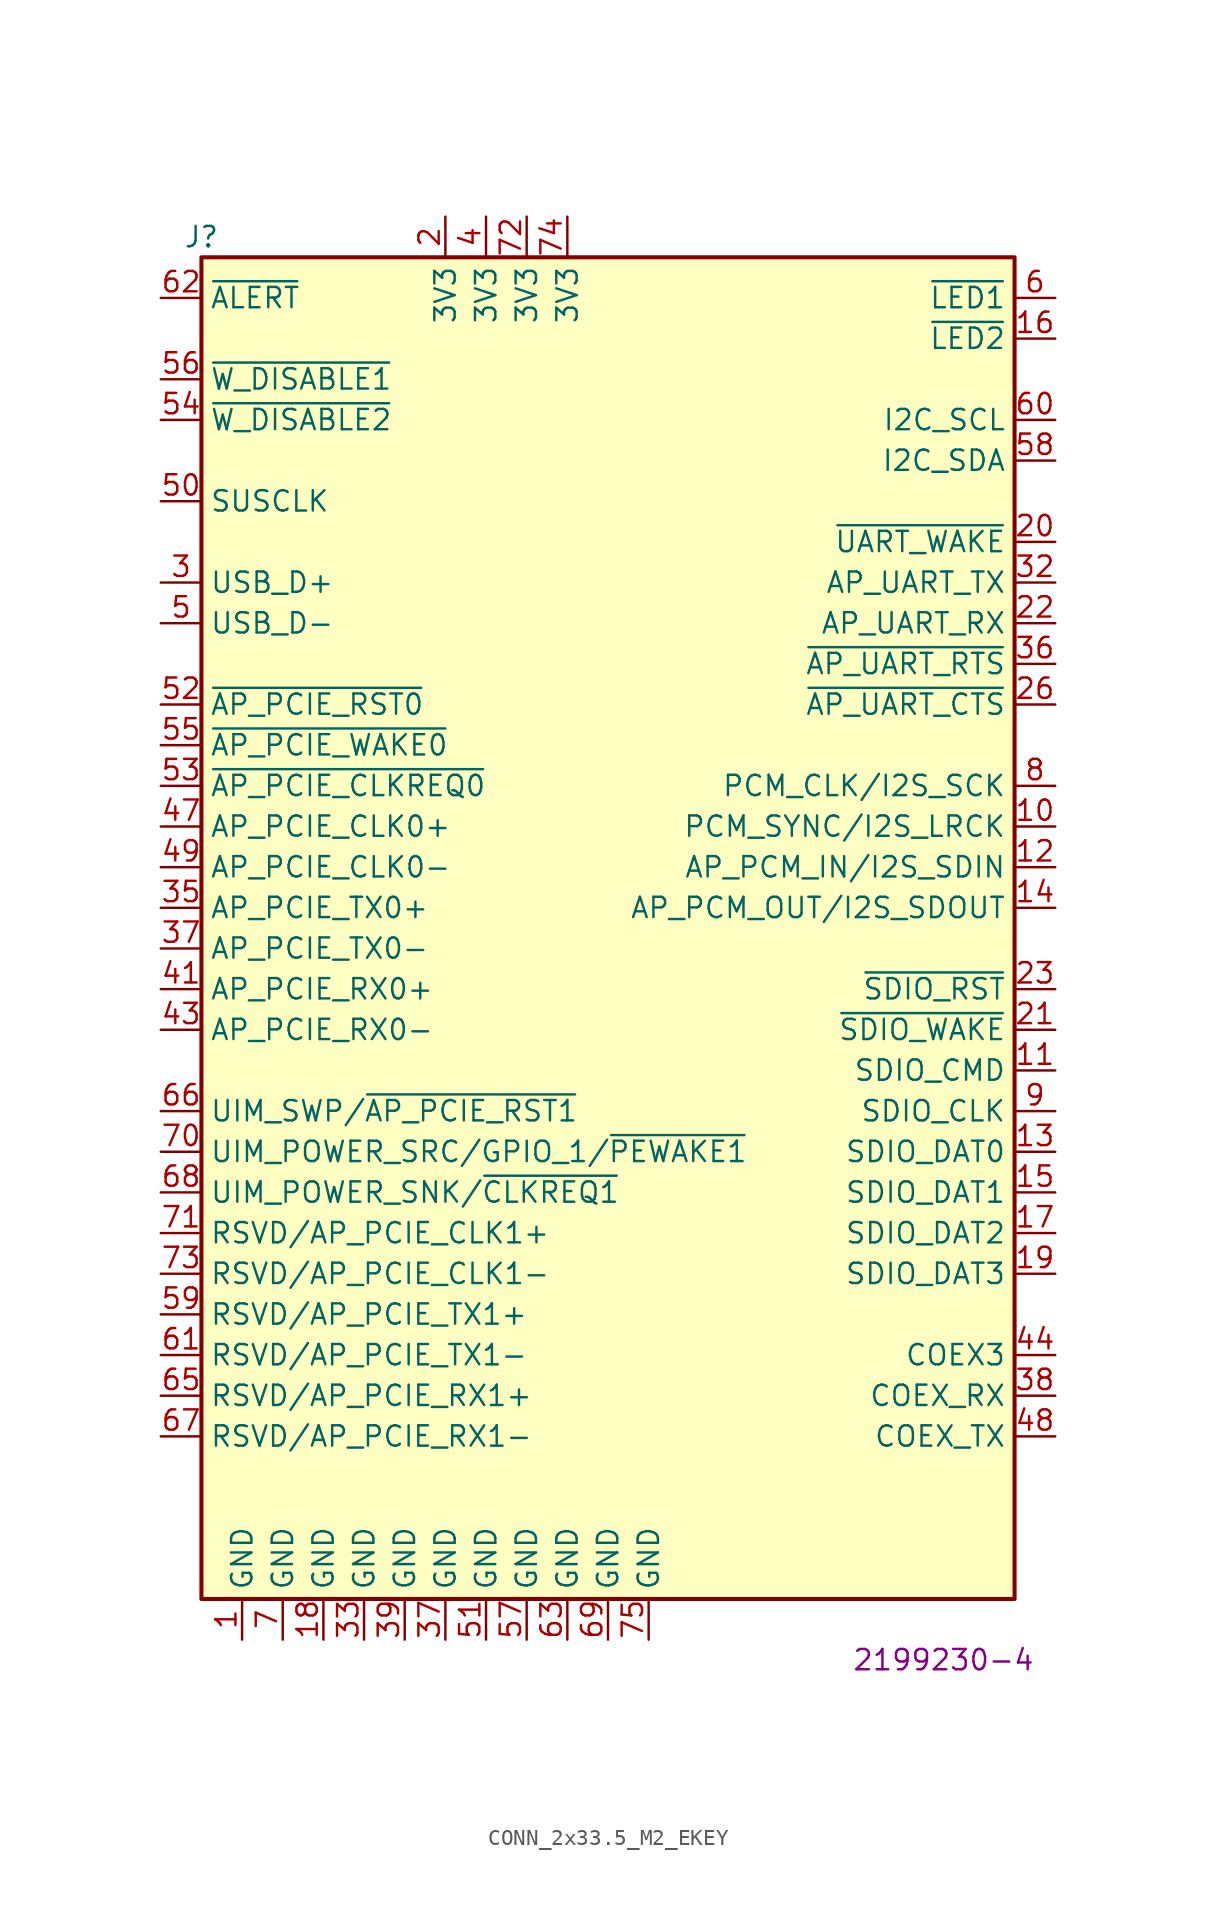
<source format=kicad_sym>
(kicad_symbol_lib
  (version 20211014)
  (generator kicad_symbol_editor)
  (symbol "CONN_2x33.5_M2_EKEY"
    (property "Reference" "J"
      (at -25.4 41.91 0)
      (effects (font (size 1.27 1.27))))
    (property "Manufacturer Part Number" "2199230-4"
      (at 20.955 -46.99 0)
      (effects (font (size 1.27 1.27))))
    (symbol "CONN_2x33.5_M2_EKEY_1_1"
      (rectangle (start -25.4 40.64) (end 25.4 -43.18) (stroke (width 0.254) (type default) (color 0 0 0 0)) (fill (type background)))
      (pin power_in line (at -22.86 -45.72 90) (length 2.54) (name "GND" (effects (font (size 1.27 1.27)))) (number "1" (effects (font (size 1.27 1.27)))))
      (pin input line (at 27.94 5.08 180) (length 2.54) (name "PCM_SYNC/I2S_LRCK" (effects (font (size 1.27 1.27)))) (number "10" (effects (font (size 1.27 1.27)))))
      (pin bidirectional line (at 27.94 -10.16 180) (length 2.54) (name "SDIO_CMD" (effects (font (size 1.27 1.27)))) (number "11" (effects (font (size 1.27 1.27)))))
      (pin output line (at 27.94 2.54 180) (length 2.54) (name "AP_PCM_IN/I2S_SDIN" (effects (font (size 1.27 1.27)))) (number "12" (effects (font (size 1.27 1.27)))))
      (pin bidirectional line (at 27.94 -15.24 180) (length 2.54) (name "SDIO_DAT0" (effects (font (size 1.27 1.27)))) (number "13" (effects (font (size 1.27 1.27)))))
      (pin input line (at 27.94 0 180) (length 2.54) (name "AP_PCM_OUT/I2S_SDOUT" (effects (font (size 1.27 1.27)))) (number "14" (effects (font (size 1.27 1.27)))))
      (pin bidirectional line (at 27.94 -17.78 180) (length 2.54) (name "SDIO_DAT1" (effects (font (size 1.27 1.27)))) (number "15" (effects (font (size 1.27 1.27)))))
      (pin output line (at 27.94 35.56 180) (length 2.54) (name "~{LED2}" (effects (font (size 1.27 1.27)))) (number "16" (effects (font (size 1.27 1.27)))))
      (pin bidirectional line (at 27.94 -20.32 180) (length 2.54) (name "SDIO_DAT2" (effects (font (size 1.27 1.27)))) (number "17" (effects (font (size 1.27 1.27)))))
      (pin power_in line (at -17.78 -45.72 90) (length 2.54) (name "GND" (effects (font (size 1.27 1.27)))) (number "18" (effects (font (size 1.27 1.27)))))
      (pin bidirectional line (at 27.94 -22.86 180) (length 2.54) (name "SDIO_DAT3" (effects (font (size 1.27 1.27)))) (number "19" (effects (font (size 1.27 1.27)))))
      (pin power_in line (at -10.16 43.18 270) (length 2.54) (name "3V3" (effects (font (size 1.27 1.27)))) (number "2" (effects (font (size 1.27 1.27)))))
      (pin output line (at 27.94 22.86 180) (length 2.54) (name "~{UART_WAKE}" (effects (font (size 1.27 1.27)))) (number "20" (effects (font (size 1.27 1.27)))))
      (pin output line (at 27.94 -7.62 180) (length 2.54) (name "~{SDIO_WAKE}" (effects (font (size 1.27 1.27)))) (number "21" (effects (font (size 1.27 1.27)))))
      (pin output line (at 27.94 17.78 180) (length 2.54) (name "AP_UART_RX" (effects (font (size 1.27 1.27)))) (number "22" (effects (font (size 1.27 1.27)))))
      (pin input line (at 27.94 -5.08 180) (length 2.54) (name "~{SDIO_RST}" (effects (font (size 1.27 1.27)))) (number "23" (effects (font (size 1.27 1.27)))))
      (pin output line (at 27.94 12.7 180) (length 2.54) (name "~{AP_UART_CTS}" (effects (font (size 1.27 1.27)))) (number "26" (effects (font (size 1.27 1.27)))))
      (pin bidirectional line (at -27.94 20.32 0) (length 2.54) (name "USB_D+" (effects (font (size 1.27 1.27)))) (number "3" (effects (font (size 1.27 1.27)))))
      (pin input line (at 27.94 20.32 180) (length 2.54) (name "AP_UART_TX" (effects (font (size 1.27 1.27)))) (number "32" (effects (font (size 1.27 1.27)))))
      (pin power_in line (at -15.24 -45.72 90) (length 2.54) (name "GND" (effects (font (size 1.27 1.27)))) (number "33" (effects (font (size 1.27 1.27)))))
      (pin bidirectional line (at -27.94 0 0) (length 2.54) (name "AP_PCIE_TX0+" (effects (font (size 1.27 1.27)))) (number "35" (effects (font (size 1.27 1.27)))))
      (pin input line (at 27.94 15.24 180) (length 2.54) (name "~{AP_UART_RTS}" (effects (font (size 1.27 1.27)))) (number "36" (effects (font (size 1.27 1.27)))))
      (pin bidirectional line (at -27.94 -2.54 0) (length 2.54) (name "AP_PCIE_TX0-" (effects (font (size 1.27 1.27)))) (number "37" (effects (font (size 1.27 1.27)))))
      (pin power_in line (at -10.16 -45.72 90) (length 2.54) (name "GND" (effects (font (size 1.27 1.27)))) (number "37" (effects (font (size 1.27 1.27)))))
      (pin input line (at 27.94 -30.48 180) (length 2.54) (name "COEX_RX" (effects (font (size 1.27 1.27)))) (number "38" (effects (font (size 1.27 1.27)))))
      (pin no_connect line (at 0 43.18 270) (length 2.54) hide (name "VENDOR_DEFINED" (effects (font (size 1.27 1.27)))) (number "38" (effects (font (size 1.27 1.27)))))
      (pin power_in line (at -12.7 -45.72 90) (length 2.54) (name "GND" (effects (font (size 1.27 1.27)))) (number "39" (effects (font (size 1.27 1.27)))))
      (pin power_in line (at -7.62 43.18 270) (length 2.54) (name "3V3" (effects (font (size 1.27 1.27)))) (number "4" (effects (font (size 1.27 1.27)))))
      (pin no_connect line (at 2.54 43.18 270) (length 2.54) hide (name "VENDOR_DEFINED" (effects (font (size 1.27 1.27)))) (number "40" (effects (font (size 1.27 1.27)))))
      (pin bidirectional line (at -27.94 -5.08 0) (length 2.54) (name "AP_PCIE_RX0+" (effects (font (size 1.27 1.27)))) (number "41" (effects (font (size 1.27 1.27)))))
      (pin no_connect line (at 5.08 43.18 270) (length 2.54) hide (name "VENDOR_DEFINED" (effects (font (size 1.27 1.27)))) (number "42" (effects (font (size 1.27 1.27)))))
      (pin bidirectional line (at -27.94 -7.62 0) (length 2.54) (name "AP_PCIE_RX0-" (effects (font (size 1.27 1.27)))) (number "43" (effects (font (size 1.27 1.27)))))
      (pin bidirectional line (at 27.94 -27.94 180) (length 2.54) (name "COEX3" (effects (font (size 1.27 1.27)))) (number "44" (effects (font (size 1.27 1.27)))))
      (pin bidirectional line (at -27.94 5.08 0) (length 2.54) (name "AP_PCIE_CLK0+" (effects (font (size 1.27 1.27)))) (number "47" (effects (font (size 1.27 1.27)))))
      (pin output line (at 27.94 -33.02 180) (length 2.54) (name "COEX_TX" (effects (font (size 1.27 1.27)))) (number "48" (effects (font (size 1.27 1.27)))))
      (pin bidirectional line (at -27.94 2.54 0) (length 2.54) (name "AP_PCIE_CLK0-" (effects (font (size 1.27 1.27)))) (number "49" (effects (font (size 1.27 1.27)))))
      (pin bidirectional line (at -27.94 17.78 0) (length 2.54) (name "USB_D-" (effects (font (size 1.27 1.27)))) (number "5" (effects (font (size 1.27 1.27)))))
      (pin input line (at -27.94 25.4 0) (length 2.54) (name "SUSCLK" (effects (font (size 1.27 1.27)))) (number "50" (effects (font (size 1.27 1.27)))))
      (pin power_in line (at -7.62 -45.72 90) (length 2.54) (name "GND" (effects (font (size 1.27 1.27)))) (number "51" (effects (font (size 1.27 1.27)))))
      (pin input line (at -27.94 12.7 0) (length 2.54) (name "~{AP_PCIE_RST0}" (effects (font (size 1.27 1.27)))) (number "52" (effects (font (size 1.27 1.27)))))
      (pin output line (at -27.94 7.62 0) (length 2.54) (name "~{AP_PCIE_CLKREQ0}" (effects (font (size 1.27 1.27)))) (number "53" (effects (font (size 1.27 1.27)))))
      (pin input line (at -27.94 30.48 0) (length 2.54) (name "~{W_DISABLE2}" (effects (font (size 1.27 1.27)))) (number "54" (effects (font (size 1.27 1.27)))))
      (pin input line (at -27.94 10.16 0) (length 2.54) (name "~{AP_PCIE_WAKE0}" (effects (font (size 1.27 1.27)))) (number "55" (effects (font (size 1.27 1.27)))))
      (pin input line (at -27.94 33.02 0) (length 2.54) (name "~{W_DISABLE1}" (effects (font (size 1.27 1.27)))) (number "56" (effects (font (size 1.27 1.27)))))
      (pin power_in line (at -5.08 -45.72 90) (length 2.54) (name "GND" (effects (font (size 1.27 1.27)))) (number "57" (effects (font (size 1.27 1.27)))))
      (pin bidirectional line (at 27.94 27.94 180) (length 2.54) (name "I2C_SDA" (effects (font (size 1.27 1.27)))) (number "58" (effects (font (size 1.27 1.27)))))
      (pin bidirectional line (at -27.94 -25.4 0) (length 2.54) (name "RSVD/AP_PCIE_TX1+" (effects (font (size 1.27 1.27)))) (number "59" (effects (font (size 1.27 1.27)))))
      (pin output line (at 27.94 38.1 180) (length 2.54) (name "~{LED1}" (effects (font (size 1.27 1.27)))) (number "6" (effects (font (size 1.27 1.27)))))
      (pin input line (at 27.94 30.48 180) (length 2.54) (name "I2C_SCL" (effects (font (size 1.27 1.27)))) (number "60" (effects (font (size 1.27 1.27)))))
      (pin input line (at -27.94 -27.94 0) (length 2.54) (name "RSVD/AP_PCIE_TX1-" (effects (font (size 1.27 1.27)))) (number "61" (effects (font (size 1.27 1.27)))))
      (pin output line (at -27.94 38.1 0) (length 2.54) (name "~{ALERT}" (effects (font (size 1.27 1.27)))) (number "62" (effects (font (size 1.27 1.27)))))
      (pin power_in line (at -2.54 -45.72 90) (length 2.54) (name "GND" (effects (font (size 1.27 1.27)))) (number "63" (effects (font (size 1.27 1.27)))))
      (pin no_connect line (at 7.62 43.18 270) (length 2.54) hide (name "RSVD" (effects (font (size 1.27 1.27)))) (number "64" (effects (font (size 1.27 1.27)))))
      (pin bidirectional line (at -27.94 -30.48 0) (length 2.54) (name "RSVD/AP_PCIE_RX1+" (effects (font (size 1.27 1.27)))) (number "65" (effects (font (size 1.27 1.27)))))
      (pin input line (at -27.94 -12.7 0) (length 2.54) (name "UIM_SWP/~{AP_PCIE_RST1}" (effects (font (size 1.27 1.27)))) (number "66" (effects (font (size 1.27 1.27)))))
      (pin bidirectional line (at -27.94 -33.02 0) (length 2.54) (name "RSVD/AP_PCIE_RX1-" (effects (font (size 1.27 1.27)))) (number "67" (effects (font (size 1.27 1.27)))))
      (pin input line (at -27.94 -17.78 0) (length 2.54) (name "UIM_POWER_SNK/~{CLKREQ1}" (effects (font (size 1.27 1.27)))) (number "68" (effects (font (size 1.27 1.27)))))
      (pin power_in line (at 0 -45.72 90) (length 2.54) (name "GND" (effects (font (size 1.27 1.27)))) (number "69" (effects (font (size 1.27 1.27)))))
      (pin power_in line (at -20.32 -45.72 90) (length 2.54) (name "GND" (effects (font (size 1.27 1.27)))) (number "7" (effects (font (size 1.27 1.27)))))
      (pin input line (at -27.94 -15.24 0) (length 2.54) (name "UIM_POWER_SRC/GPIO_1/~{PEWAKE1}" (effects (font (size 1.27 1.27)))) (number "70" (effects (font (size 1.27 1.27)))))
      (pin bidirectional line (at -27.94 -20.32 0) (length 2.54) (name "RSVD/AP_PCIE_CLK1+" (effects (font (size 1.27 1.27)))) (number "71" (effects (font (size 1.27 1.27)))))
      (pin power_in line (at -5.08 43.18 270) (length 2.54) (name "3V3" (effects (font (size 1.27 1.27)))) (number "72" (effects (font (size 1.27 1.27)))))
      (pin bidirectional line (at -27.94 -22.86 0) (length 2.54) (name "RSVD/AP_PCIE_CLK1-" (effects (font (size 1.27 1.27)))) (number "73" (effects (font (size 1.27 1.27)))))
      (pin power_in line (at -2.54 43.18 270) (length 2.54) (name "3V3" (effects (font (size 1.27 1.27)))) (number "74" (effects (font (size 1.27 1.27)))))
      (pin power_in line (at 2.54 -45.72 90) (length 2.54) (name "GND" (effects (font (size 1.27 1.27)))) (number "75" (effects (font (size 1.27 1.27)))))
      (pin input line (at 27.94 7.62 180) (length 2.54) (name "PCM_CLK/I2S_SCK" (effects (font (size 1.27 1.27)))) (number "8" (effects (font (size 1.27 1.27)))))
      (pin input line (at 27.94 -12.7 180) (length 2.54) (name "SDIO_CLK" (effects (font (size 1.27 1.27)))) (number "9" (effects (font (size 1.27 1.27))))))))
</source>
